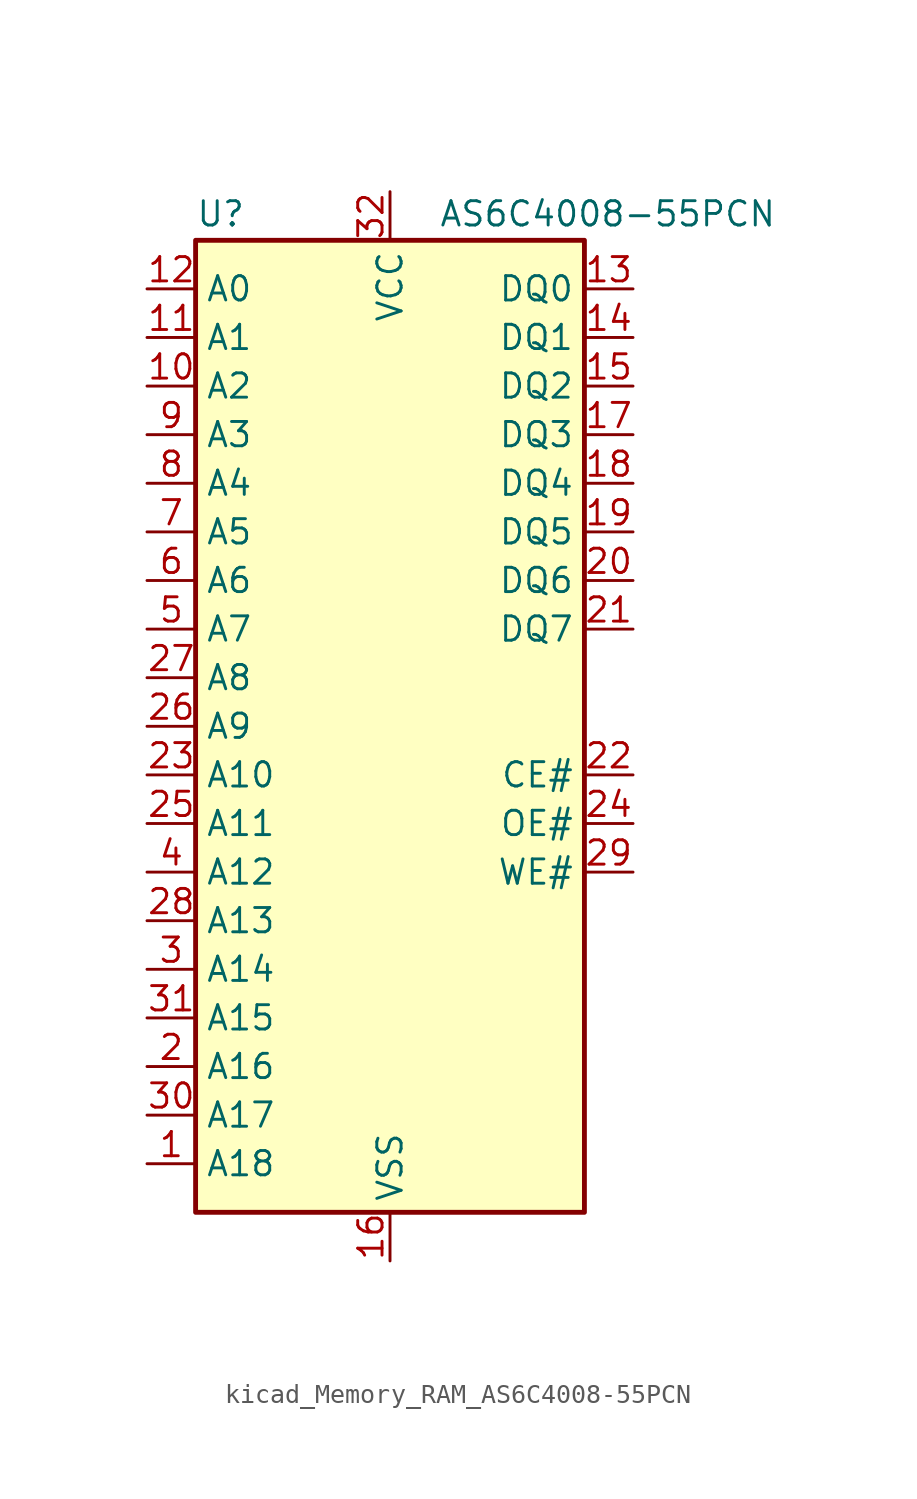
<source format=kicad_sym>
(kicad_symbol_lib
  (version 20220914)
  (generator kicad_symbol_editor)
  (symbol "kicad_Memory_RAM_AS6C4008-55PCN"
    (property "Reference" "U"
      (at -10.16 26.035 0)
      (effects (font (size 1.27 1.27)) (justify left bottom)))
    (property "Value" "AS6C4008-55PCN"
      (at 2.54 26.035 0)
      (effects (font (size 1.27 1.27)) (justify left bottom)))
    (symbol "kicad_Memory_RAM_AS6C4008-55PCN_0_0"
      (pin power_in line (at 0 -27.94 90) (length 2.54) (name "VSS" (effects (font (size 1.27 1.27)))) (number "16" (effects (font (size 1.27 1.27)))))
      (pin power_in line (at 0 27.94 270) (length 2.54) (name "VCC" (effects (font (size 1.27 1.27)))) (number "32" (effects (font (size 1.27 1.27))))))
    (symbol "kicad_Memory_RAM_AS6C4008-55PCN_0_1"
      (rectangle (start -10.16 25.4) (end 10.16 -25.4) (stroke (width 0.254) (type default)) (fill (type background))))
    (symbol "kicad_Memory_RAM_AS6C4008-55PCN_1_1"
      (pin input line (at -12.7 -22.86 0) (length 2.54) (name "A18" (effects (font (size 1.27 1.27)))) (number "1" (effects (font (size 1.27 1.27)))))
      (pin input line (at -12.7 17.78 0) (length 2.54) (name "A2" (effects (font (size 1.27 1.27)))) (number "10" (effects (font (size 1.27 1.27)))))
      (pin input line (at -12.7 20.32 0) (length 2.54) (name "A1" (effects (font (size 1.27 1.27)))) (number "11" (effects (font (size 1.27 1.27)))))
      (pin input line (at -12.7 22.86 0) (length 2.54) (name "A0" (effects (font (size 1.27 1.27)))) (number "12" (effects (font (size 1.27 1.27)))))
      (pin tri_state line (at 12.7 22.86 180) (length 2.54) (name "DQ0" (effects (font (size 1.27 1.27)))) (number "13" (effects (font (size 1.27 1.27)))))
      (pin tri_state line (at 12.7 20.32 180) (length 2.54) (name "DQ1" (effects (font (size 1.27 1.27)))) (number "14" (effects (font (size 1.27 1.27)))))
      (pin tri_state line (at 12.7 17.78 180) (length 2.54) (name "DQ2" (effects (font (size 1.27 1.27)))) (number "15" (effects (font (size 1.27 1.27)))))
      (pin tri_state line (at 12.7 15.24 180) (length 2.54) (name "DQ3" (effects (font (size 1.27 1.27)))) (number "17" (effects (font (size 1.27 1.27)))))
      (pin tri_state line (at 12.7 12.7 180) (length 2.54) (name "DQ4" (effects (font (size 1.27 1.27)))) (number "18" (effects (font (size 1.27 1.27)))))
      (pin tri_state line (at 12.7 10.16 180) (length 2.54) (name "DQ5" (effects (font (size 1.27 1.27)))) (number "19" (effects (font (size 1.27 1.27)))))
      (pin input line (at -12.7 -17.78 0) (length 2.54) (name "A16" (effects (font (size 1.27 1.27)))) (number "2" (effects (font (size 1.27 1.27)))))
      (pin tri_state line (at 12.7 7.62 180) (length 2.54) (name "DQ6" (effects (font (size 1.27 1.27)))) (number "20" (effects (font (size 1.27 1.27)))))
      (pin tri_state line (at 12.7 5.08 180) (length 2.54) (name "DQ7" (effects (font (size 1.27 1.27)))) (number "21" (effects (font (size 1.27 1.27)))))
      (pin input line (at 12.7 -2.54 180) (length 2.54) (name "CE#" (effects (font (size 1.27 1.27)))) (number "22" (effects (font (size 1.27 1.27)))))
      (pin input line (at -12.7 -2.54 0) (length 2.54) (name "A10" (effects (font (size 1.27 1.27)))) (number "23" (effects (font (size 1.27 1.27)))))
      (pin input line (at 12.7 -5.08 180) (length 2.54) (name "OE#" (effects (font (size 1.27 1.27)))) (number "24" (effects (font (size 1.27 1.27)))))
      (pin input line (at -12.7 -5.08 0) (length 2.54) (name "A11" (effects (font (size 1.27 1.27)))) (number "25" (effects (font (size 1.27 1.27)))))
      (pin input line (at -12.7 0 0) (length 2.54) (name "A9" (effects (font (size 1.27 1.27)))) (number "26" (effects (font (size 1.27 1.27)))))
      (pin input line (at -12.7 2.54 0) (length 2.54) (name "A8" (effects (font (size 1.27 1.27)))) (number "27" (effects (font (size 1.27 1.27)))))
      (pin input line (at -12.7 -10.16 0) (length 2.54) (name "A13" (effects (font (size 1.27 1.27)))) (number "28" (effects (font (size 1.27 1.27)))))
      (pin input line (at 12.7 -7.62 180) (length 2.54) (name "WE#" (effects (font (size 1.27 1.27)))) (number "29" (effects (font (size 1.27 1.27)))))
      (pin input line (at -12.7 -12.7 0) (length 2.54) (name "A14" (effects (font (size 1.27 1.27)))) (number "3" (effects (font (size 1.27 1.27)))))
      (pin input line (at -12.7 -20.32 0) (length 2.54) (name "A17" (effects (font (size 1.27 1.27)))) (number "30" (effects (font (size 1.27 1.27)))))
      (pin input line (at -12.7 -15.24 0) (length 2.54) (name "A15" (effects (font (size 1.27 1.27)))) (number "31" (effects (font (size 1.27 1.27)))))
      (pin input line (at -12.7 -7.62 0) (length 2.54) (name "A12" (effects (font (size 1.27 1.27)))) (number "4" (effects (font (size 1.27 1.27)))))
      (pin input line (at -12.7 5.08 0) (length 2.54) (name "A7" (effects (font (size 1.27 1.27)))) (number "5" (effects (font (size 1.27 1.27)))))
      (pin input line (at -12.7 7.62 0) (length 2.54) (name "A6" (effects (font (size 1.27 1.27)))) (number "6" (effects (font (size 1.27 1.27)))))
      (pin input line (at -12.7 10.16 0) (length 2.54) (name "A5" (effects (font (size 1.27 1.27)))) (number "7" (effects (font (size 1.27 1.27)))))
      (pin input line (at -12.7 12.7 0) (length 2.54) (name "A4" (effects (font (size 1.27 1.27)))) (number "8" (effects (font (size 1.27 1.27)))))
      (pin input line (at -12.7 15.24 0) (length 2.54) (name "A3" (effects (font (size 1.27 1.27)))) (number "9" (effects (font (size 1.27 1.27))))))))
</source>
